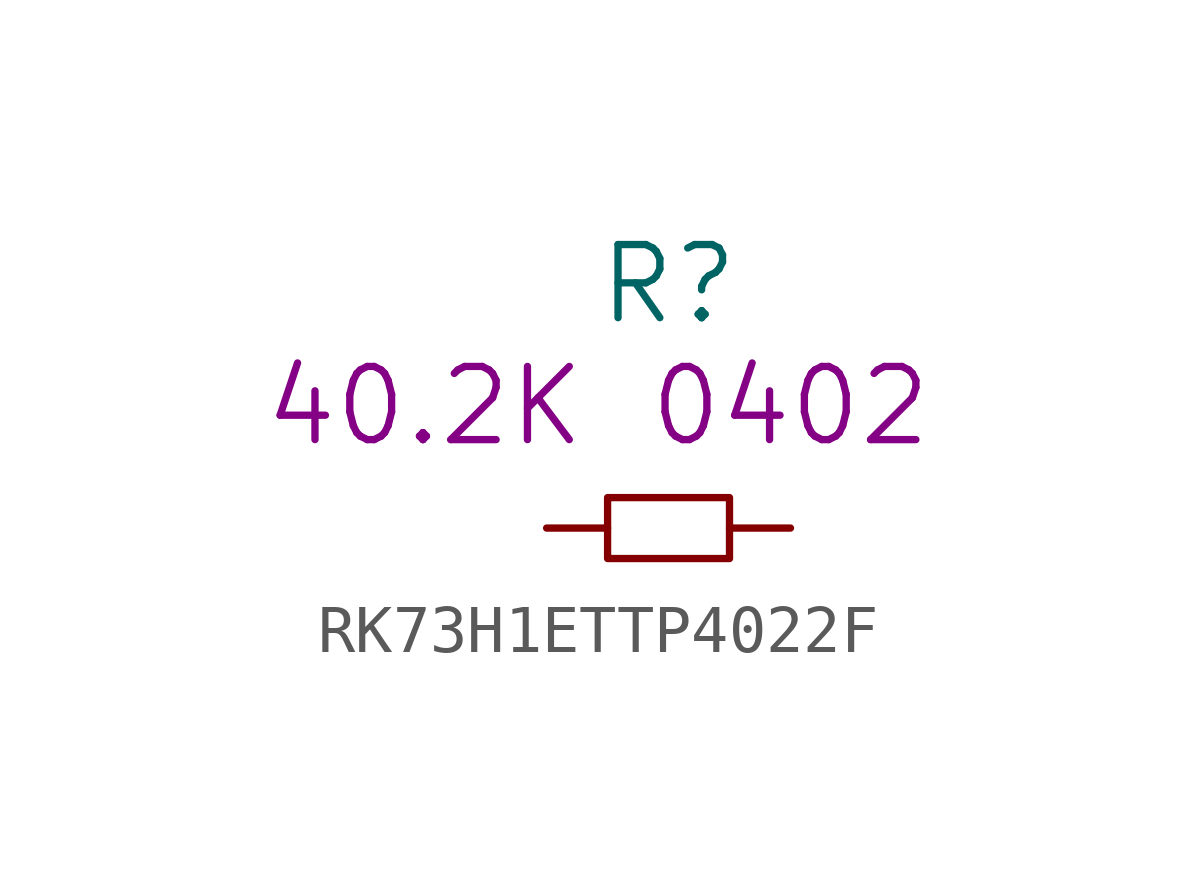
<source format=kicad_sym>
(kicad_symbol_lib
  (version 20220914)
  (generator kicad_symbol_editor)
  (symbol "RK73H1ETTP4022F"
    (pin_numbers hide)
    (pin_names
      (offset 1.016) hide)
    (property "Reference" "R"
      (at 0 5.08 0)
      (effects (font (size 1.524 1.524))))
    (property "Datasheet" ""
      (at 0 5.08 0)
      (effects (font (size 1.524 1.524))))
    (property "Value2" "40.2K"
      (at -5.08 2.54 0)
      (effects (font (size 1.524 1.524))))
    (property "Size" "0402"
      (at 2.54 2.54 0)
      (effects (font (size 1.524 1.524))))
    (symbol "RK73H1ETTP4022F_0_1"
      (rectangle (start -1.27 0.635) (end 1.27 -0.635) (stroke (width 0) (type solid)) (fill (type none))))
    (symbol "RK73H1ETTP4022F_1_1"
      (pin passive line (at -2.54 0 0) (length 1.27) (name "1" (effects (font (size 1.27 1.27)))) (number "1" (effects (font (size 1.27 1.27)))))
      (pin passive line (at 2.54 0 180) (length 1.27) (name "2" (effects (font (size 1.27 1.27)))) (number "2" (effects (font (size 1.27 1.27))))))))
</source>
